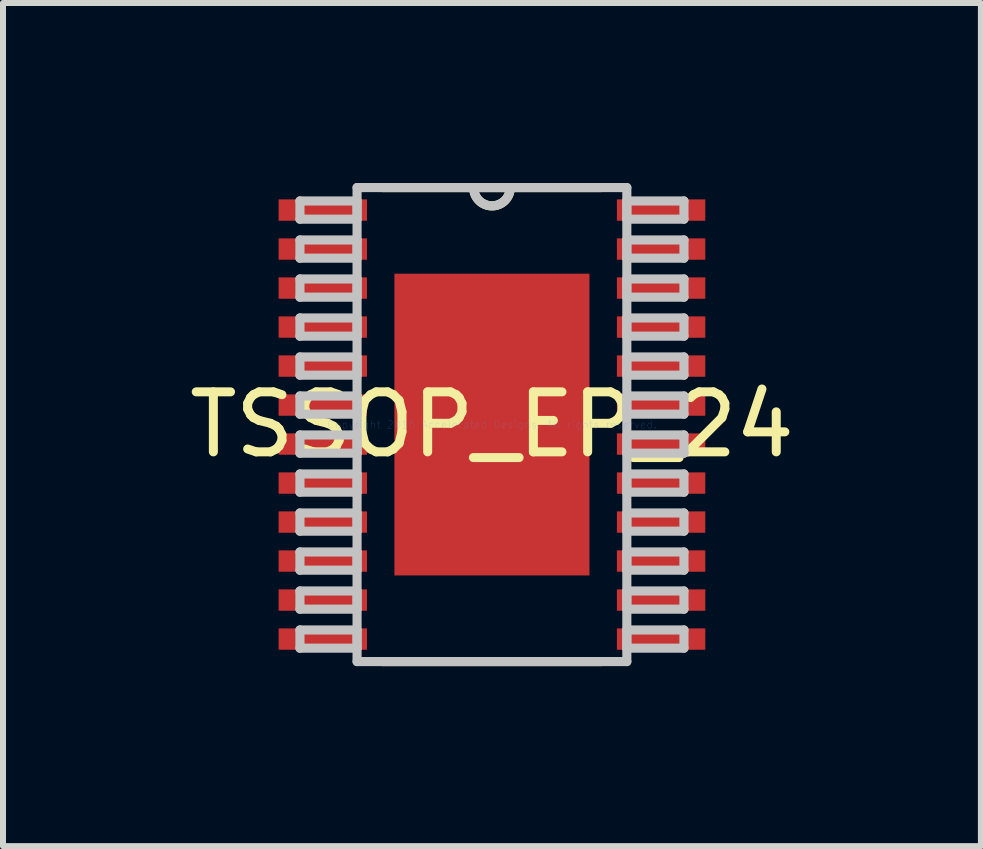
<source format=kicad_pcb>
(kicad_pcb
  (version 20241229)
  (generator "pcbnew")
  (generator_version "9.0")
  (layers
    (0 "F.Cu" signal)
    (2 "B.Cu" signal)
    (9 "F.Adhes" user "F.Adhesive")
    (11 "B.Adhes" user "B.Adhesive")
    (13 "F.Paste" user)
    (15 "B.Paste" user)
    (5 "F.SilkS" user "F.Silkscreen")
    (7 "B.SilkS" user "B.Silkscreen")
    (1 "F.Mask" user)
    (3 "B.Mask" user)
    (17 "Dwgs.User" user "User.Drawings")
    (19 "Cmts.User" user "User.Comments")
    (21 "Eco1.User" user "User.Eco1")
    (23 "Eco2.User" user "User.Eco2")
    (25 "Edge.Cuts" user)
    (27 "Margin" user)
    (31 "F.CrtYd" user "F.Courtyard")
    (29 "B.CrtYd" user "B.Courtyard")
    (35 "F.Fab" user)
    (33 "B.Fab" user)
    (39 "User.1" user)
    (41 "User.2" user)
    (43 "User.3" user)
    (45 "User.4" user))
  (footprint "TSSOP_EP_24"
    (layer "F.Cu")
    (at 5.149 4.026)
    (property "Reference" "TSSOP_EP_24" (at 0 0 0) (layer "F.SilkS") (effects (font (size 1 1) (thickness 0.15))))
    (attr through_hole)
    (fp_line (start -1.818 3.95) (end 1.818 3.95) (stroke (width 0.152) (type solid)) (layer "F.SilkS"))
    (fp_line (start 1.818 -3.95) (end -1.818 -3.95) (stroke (width 0.152) (type solid)) (layer "F.SilkS"))
    (fp_arc (start 0.3048 -3.9497) (mid 0 -3.6449) (end -0.3048 -3.9497) (stroke (width 0.1524) (type solid)) (layer "F.SilkS"))
    (fp_line (start -3.2 -3.727) (end -3.2 -3.423) (stroke (width 0.152) (type solid)) (layer "Dwgs.User"))
    (fp_line (start -3.2 -3.423) (end -2.248 -3.423) (stroke (width 0.152) (type solid)) (layer "Dwgs.User"))
    (fp_line (start -3.2 -3.077) (end -3.2 -2.773) (stroke (width 0.152) (type solid)) (layer "Dwgs.User"))
    (fp_line (start -3.2 -2.773) (end -2.248 -2.773) (stroke (width 0.152) (type solid)) (layer "Dwgs.User"))
    (fp_line (start -3.2 -2.427) (end -3.2 -2.123) (stroke (width 0.152) (type solid)) (layer "Dwgs.User"))
    (fp_line (start -3.2 -2.123) (end -2.248 -2.123) (stroke (width 0.152) (type solid)) (layer "Dwgs.User"))
    (fp_line (start -3.2 -1.777) (end -3.2 -1.473) (stroke (width 0.152) (type solid)) (layer "Dwgs.User"))
    (fp_line (start -3.2 -1.473) (end -2.248 -1.473) (stroke (width 0.152) (type solid)) (layer "Dwgs.User"))
    (fp_line (start -3.2 -1.127) (end -3.2 -0.823) (stroke (width 0.152) (type solid)) (layer "Dwgs.User"))
    (fp_line (start -3.2 -0.823) (end -2.248 -0.823) (stroke (width 0.152) (type solid)) (layer "Dwgs.User"))
    (fp_line (start -3.2 -0.477) (end -3.2 -0.173) (stroke (width 0.152) (type solid)) (layer "Dwgs.User"))
    (fp_line (start -3.2 -0.173) (end -2.248 -0.173) (stroke (width 0.152) (type solid)) (layer "Dwgs.User"))
    (fp_line (start -3.2 0.173) (end -3.2 0.477) (stroke (width 0.152) (type solid)) (layer "Dwgs.User"))
    (fp_line (start -3.2 0.477) (end -2.248 0.477) (stroke (width 0.152) (type solid)) (layer "Dwgs.User"))
    (fp_line (start -3.2 0.823) (end -3.2 1.127) (stroke (width 0.152) (type solid)) (layer "Dwgs.User"))
    (fp_line (start -3.2 1.127) (end -2.248 1.127) (stroke (width 0.152) (type solid)) (layer "Dwgs.User"))
    (fp_line (start -3.2 1.473) (end -3.2 1.777) (stroke (width 0.152) (type solid)) (layer "Dwgs.User"))
    (fp_line (start -3.2 1.777) (end -2.248 1.777) (stroke (width 0.152) (type solid)) (layer "Dwgs.User"))
    (fp_line (start -3.2 2.123) (end -3.2 2.427) (stroke (width 0.152) (type solid)) (layer "Dwgs.User"))
    (fp_line (start -3.2 2.427) (end -2.248 2.427) (stroke (width 0.152) (type solid)) (layer "Dwgs.User"))
    (fp_line (start -3.2 2.773) (end -3.2 3.077) (stroke (width 0.152) (type solid)) (layer "Dwgs.User"))
    (fp_line (start -3.2 3.077) (end -2.248 3.077) (stroke (width 0.152) (type solid)) (layer "Dwgs.User"))
    (fp_line (start -3.2 3.423) (end -3.2 3.727) (stroke (width 0.152) (type solid)) (layer "Dwgs.User"))
    (fp_line (start -3.2 3.727) (end -2.248 3.727) (stroke (width 0.152) (type solid)) (layer "Dwgs.User"))
    (fp_line (start -2.248 -3.95) (end -2.248 3.95) (stroke (width 0.152) (type solid)) (layer "Dwgs.User"))
    (fp_line (start -2.248 -3.727) (end -3.2 -3.727) (stroke (width 0.152) (type solid)) (layer "Dwgs.User"))
    (fp_line (start -2.248 -3.423) (end -2.248 -3.727) (stroke (width 0.152) (type solid)) (layer "Dwgs.User"))
    (fp_line (start -2.248 -3.077) (end -3.2 -3.077) (stroke (width 0.152) (type solid)) (layer "Dwgs.User"))
    (fp_line (start -2.248 -2.773) (end -2.248 -3.077) (stroke (width 0.152) (type solid)) (layer "Dwgs.User"))
    (fp_line (start -2.248 -2.427) (end -3.2 -2.427) (stroke (width 0.152) (type solid)) (layer "Dwgs.User"))
    (fp_line (start -2.248 -2.123) (end -2.248 -2.427) (stroke (width 0.152) (type solid)) (layer "Dwgs.User"))
    (fp_line (start -2.248 -1.777) (end -3.2 -1.777) (stroke (width 0.152) (type solid)) (layer "Dwgs.User"))
    (fp_line (start -2.248 -1.473) (end -2.248 -1.777) (stroke (width 0.152) (type solid)) (layer "Dwgs.User"))
    (fp_line (start -2.248 -1.127) (end -3.2 -1.127) (stroke (width 0.152) (type solid)) (layer "Dwgs.User"))
    (fp_line (start -2.248 -0.823) (end -2.248 -1.127) (stroke (width 0.152) (type solid)) (layer "Dwgs.User"))
    (fp_line (start -2.248 -0.477) (end -3.2 -0.477) (stroke (width 0.152) (type solid)) (layer "Dwgs.User"))
    (fp_line (start -2.248 -0.173) (end -2.248 -0.477) (stroke (width 0.152) (type solid)) (layer "Dwgs.User"))
    (fp_line (start -2.248 0.173) (end -3.2 0.173) (stroke (width 0.152) (type solid)) (layer "Dwgs.User"))
    (fp_line (start -2.248 0.477) (end -2.248 0.173) (stroke (width 0.152) (type solid)) (layer "Dwgs.User"))
    (fp_line (start -2.248 0.823) (end -3.2 0.823) (stroke (width 0.152) (type solid)) (layer "Dwgs.User"))
    (fp_line (start -2.248 1.127) (end -2.248 0.823) (stroke (width 0.152) (type solid)) (layer "Dwgs.User"))
    (fp_line (start -2.248 1.473) (end -3.2 1.473) (stroke (width 0.152) (type solid)) (layer "Dwgs.User"))
    (fp_line (start -2.248 1.777) (end -2.248 1.473) (stroke (width 0.152) (type solid)) (layer "Dwgs.User"))
    (fp_line (start -2.248 2.123) (end -3.2 2.123) (stroke (width 0.152) (type solid)) (layer "Dwgs.User"))
    (fp_line (start -2.248 2.427) (end -2.248 2.123) (stroke (width 0.152) (type solid)) (layer "Dwgs.User"))
    (fp_line (start -2.248 2.773) (end -3.2 2.773) (stroke (width 0.152) (type solid)) (layer "Dwgs.User"))
    (fp_line (start -2.248 3.077) (end -2.248 2.773) (stroke (width 0.152) (type solid)) (layer "Dwgs.User"))
    (fp_line (start -2.248 3.423) (end -3.2 3.423) (stroke (width 0.152) (type solid)) (layer "Dwgs.User"))
    (fp_line (start -2.248 3.727) (end -2.248 3.423) (stroke (width 0.152) (type solid)) (layer "Dwgs.User"))
    (fp_line (start -2.248 3.95) (end 2.248 3.95) (stroke (width 0.152) (type solid)) (layer "Dwgs.User"))
    (fp_line (start 2.248 -3.95) (end -2.248 -3.95) (stroke (width 0.152) (type solid)) (layer "Dwgs.User"))
    (fp_line (start 2.248 -3.727) (end 2.248 -3.423) (stroke (width 0.152) (type solid)) (layer "Dwgs.User"))
    (fp_line (start 2.248 -3.423) (end 3.2 -3.423) (stroke (width 0.152) (type solid)) (layer "Dwgs.User"))
    (fp_line (start 2.248 -3.077) (end 2.248 -2.773) (stroke (width 0.152) (type solid)) (layer "Dwgs.User"))
    (fp_line (start 2.248 -2.773) (end 3.2 -2.773) (stroke (width 0.152) (type solid)) (layer "Dwgs.User"))
    (fp_line (start 2.248 -2.427) (end 2.248 -2.123) (stroke (width 0.152) (type solid)) (layer "Dwgs.User"))
    (fp_line (start 2.248 -2.123) (end 3.2 -2.123) (stroke (width 0.152) (type solid)) (layer "Dwgs.User"))
    (fp_line (start 2.248 -1.777) (end 2.248 -1.473) (stroke (width 0.152) (type solid)) (layer "Dwgs.User"))
    (fp_line (start 2.248 -1.473) (end 3.2 -1.473) (stroke (width 0.152) (type solid)) (layer "Dwgs.User"))
    (fp_line (start 2.248 -1.127) (end 2.248 -0.823) (stroke (width 0.152) (type solid)) (layer "Dwgs.User"))
    (fp_line (start 2.248 -0.823) (end 3.2 -0.823) (stroke (width 0.152) (type solid)) (layer "Dwgs.User"))
    (fp_line (start 2.248 -0.477) (end 2.248 -0.173) (stroke (width 0.152) (type solid)) (layer "Dwgs.User"))
    (fp_line (start 2.248 -0.173) (end 3.2 -0.173) (stroke (width 0.152) (type solid)) (layer "Dwgs.User"))
    (fp_line (start 2.248 0.173) (end 2.248 0.477) (stroke (width 0.152) (type solid)) (layer "Dwgs.User"))
    (fp_line (start 2.248 0.477) (end 3.2 0.477) (stroke (width 0.152) (type solid)) (layer "Dwgs.User"))
    (fp_line (start 2.248 0.823) (end 2.248 1.127) (stroke (width 0.152) (type solid)) (layer "Dwgs.User"))
    (fp_line (start 2.248 1.127) (end 3.2 1.127) (stroke (width 0.152) (type solid)) (layer "Dwgs.User"))
    (fp_line (start 2.248 1.473) (end 2.248 1.777) (stroke (width 0.152) (type solid)) (layer "Dwgs.User"))
    (fp_line (start 2.248 1.777) (end 3.2 1.777) (stroke (width 0.152) (type solid)) (layer "Dwgs.User"))
    (fp_line (start 2.248 2.123) (end 2.248 2.427) (stroke (width 0.152) (type solid)) (layer "Dwgs.User"))
    (fp_line (start 2.248 2.427) (end 3.2 2.427) (stroke (width 0.152) (type solid)) (layer "Dwgs.User"))
    (fp_line (start 2.248 2.773) (end 2.248 3.077) (stroke (width 0.152) (type solid)) (layer "Dwgs.User"))
    (fp_line (start 2.248 3.077) (end 3.2 3.077) (stroke (width 0.152) (type solid)) (layer "Dwgs.User"))
    (fp_line (start 2.248 3.423) (end 2.248 3.727) (stroke (width 0.152) (type solid)) (layer "Dwgs.User"))
    (fp_line (start 2.248 3.727) (end 3.2 3.727) (stroke (width 0.152) (type solid)) (layer "Dwgs.User"))
    (fp_line (start 2.248 3.95) (end 2.248 -3.95) (stroke (width 0.152) (type solid)) (layer "Dwgs.User"))
    (fp_line (start 3.2 -3.727) (end 2.248 -3.727) (stroke (width 0.152) (type solid)) (layer "Dwgs.User"))
    (fp_line (start 3.2 -3.423) (end 3.2 -3.727) (stroke (width 0.152) (type solid)) (layer "Dwgs.User"))
    (fp_line (start 3.2 -3.077) (end 2.248 -3.077) (stroke (width 0.152) (type solid)) (layer "Dwgs.User"))
    (fp_line (start 3.2 -2.773) (end 3.2 -3.077) (stroke (width 0.152) (type solid)) (layer "Dwgs.User"))
    (fp_line (start 3.2 -2.427) (end 2.248 -2.427) (stroke (width 0.152) (type solid)) (layer "Dwgs.User"))
    (fp_line (start 3.2 -2.123) (end 3.2 -2.427) (stroke (width 0.152) (type solid)) (layer "Dwgs.User"))
    (fp_line (start 3.2 -1.777) (end 2.248 -1.777) (stroke (width 0.152) (type solid)) (layer "Dwgs.User"))
    (fp_line (start 3.2 -1.473) (end 3.2 -1.777) (stroke (width 0.152) (type solid)) (layer "Dwgs.User"))
    (fp_line (start 3.2 -1.127) (end 2.248 -1.127) (stroke (width 0.152) (type solid)) (layer "Dwgs.User"))
    (fp_line (start 3.2 -0.823) (end 3.2 -1.127) (stroke (width 0.152) (type solid)) (layer "Dwgs.User"))
    (fp_line (start 3.2 -0.477) (end 2.248 -0.477) (stroke (width 0.152) (type solid)) (layer "Dwgs.User"))
    (fp_line (start 3.2 -0.173) (end 3.2 -0.477) (stroke (width 0.152) (type solid)) (layer "Dwgs.User"))
    (fp_line (start 3.2 0.173) (end 2.248 0.173) (stroke (width 0.152) (type solid)) (layer "Dwgs.User"))
    (fp_line (start 3.2 0.477) (end 3.2 0.173) (stroke (width 0.152) (type solid)) (layer "Dwgs.User"))
    (fp_line (start 3.2 0.823) (end 2.248 0.823) (stroke (width 0.152) (type solid)) (layer "Dwgs.User"))
    (fp_line (start 3.2 1.127) (end 3.2 0.823) (stroke (width 0.152) (type solid)) (layer "Dwgs.User"))
    (fp_line (start 3.2 1.473) (end 2.248 1.473) (stroke (width 0.152) (type solid)) (layer "Dwgs.User"))
    (fp_line (start 3.2 1.777) (end 3.2 1.473) (stroke (width 0.152) (type solid)) (layer "Dwgs.User"))
    (fp_line (start 3.2 2.123) (end 2.248 2.123) (stroke (width 0.152) (type solid)) (layer "Dwgs.User"))
    (fp_line (start 3.2 2.427) (end 3.2 2.123) (stroke (width 0.152) (type solid)) (layer "Dwgs.User"))
    (fp_line (start 3.2 2.773) (end 2.248 2.773) (stroke (width 0.152) (type solid)) (layer "Dwgs.User"))
    (fp_line (start 3.2 3.077) (end 3.2 2.773) (stroke (width 0.152) (type solid)) (layer "Dwgs.User"))
    (fp_line (start 3.2 3.423) (end 2.248 3.423) (stroke (width 0.152) (type solid)) (layer "Dwgs.User"))
    (fp_line (start 3.2 3.727) (end 3.2 3.423) (stroke (width 0.152) (type solid)) (layer "Dwgs.User"))
    (fp_arc (start 0.3048 -3.9497) (mid 0 -3.6449) (end -0.3048 -3.9497) (stroke (width 0.1524) (type solid)) (layer "Dwgs.User"))
    (fp_text user "Copyright 2016 Accelerated Designs. All rights reserved." (at 0 0 0) (layer "Cmts.User") (effects (font (size 0.127 0.127) (thickness 0.002))))
    (pad "1" smd rect (at -2.819 -3.575) (size 1.473 0.356) (layers "F.Cu" "F.Mask" "F.Paste"))
    (pad "2" smd rect (at -2.819 -2.925) (size 1.473 0.356) (layers "F.Cu" "F.Mask" "F.Paste"))
    (pad "3" smd rect (at -2.819 -2.275) (size 1.473 0.356) (layers "F.Cu" "F.Mask" "F.Paste"))
    (pad "4" smd rect (at -2.819 -1.625) (size 1.473 0.356) (layers "F.Cu" "F.Mask" "F.Paste"))
    (pad "5" smd rect (at -2.819 -0.975) (size 1.473 0.356) (layers "F.Cu" "F.Mask" "F.Paste"))
    (pad "6" smd rect (at -2.819 -0.325) (size 1.473 0.356) (layers "F.Cu" "F.Mask" "F.Paste"))
    (pad "7" smd rect (at -2.819 0.325) (size 1.473 0.356) (layers "F.Cu" "F.Mask" "F.Paste"))
    (pad "8" smd rect (at -2.819 0.975) (size 1.473 0.356) (layers "F.Cu" "F.Mask" "F.Paste"))
    (pad "9" smd rect (at -2.819 1.625) (size 1.473 0.356) (layers "F.Cu" "F.Mask" "F.Paste"))
    (pad "10" smd rect (at -2.819 2.275) (size 1.473 0.356) (layers "F.Cu" "F.Mask" "F.Paste"))
    (pad "11" smd rect (at -2.819 2.925) (size 1.473 0.356) (layers "F.Cu" "F.Mask" "F.Paste"))
    (pad "12" smd rect (at -2.819 3.575) (size 1.473 0.356) (layers "F.Cu" "F.Mask" "F.Paste"))
    (pad "13" smd rect (at 2.819 3.575) (size 1.473 0.356) (layers "F.Cu" "F.Mask" "F.Paste"))
    (pad "14" smd rect (at 2.819 2.925) (size 1.473 0.356) (layers "F.Cu" "F.Mask" "F.Paste"))
    (pad "15" smd rect (at 2.819 2.275) (size 1.473 0.356) (layers "F.Cu" "F.Mask" "F.Paste"))
    (pad "16" smd rect (at 2.819 1.625) (size 1.473 0.356) (layers "F.Cu" "F.Mask" "F.Paste"))
    (pad "17" smd rect (at 2.819 0.975) (size 1.473 0.356) (layers "F.Cu" "F.Mask" "F.Paste"))
    (pad "18" smd rect (at 2.819 0.325) (size 1.473 0.356) (layers "F.Cu" "F.Mask" "F.Paste"))
    (pad "19" smd rect (at 2.819 -0.325) (size 1.473 0.356) (layers "F.Cu" "F.Mask" "F.Paste"))
    (pad "20" smd rect (at 2.819 -0.975) (size 1.473 0.356) (layers "F.Cu" "F.Mask" "F.Paste"))
    (pad "21" smd rect (at 2.819 -1.625) (size 1.473 0.356) (layers "F.Cu" "F.Mask" "F.Paste"))
    (pad "22" smd rect (at 2.819 -2.275) (size 1.473 0.356) (layers "F.Cu" "F.Mask" "F.Paste"))
    (pad "23" smd rect (at 2.819 -2.925) (size 1.473 0.356) (layers "F.Cu" "F.Mask" "F.Paste"))
    (pad "24" smd rect (at 2.819 -3.575) (size 1.473 0.356) (layers "F.Cu" "F.Mask" "F.Paste"))
    (pad "25" smd rect (at 0 0) (size 3.251 5.029) (layers "F.Cu" "F.Mask" "F.Paste")))
  (gr_rect
    (start -3 -3)
    (end 13.298 11.052)
    (stroke (width 0.1) (type default))
    (fill no)
    (layer "Edge.Cuts")))
</source>
